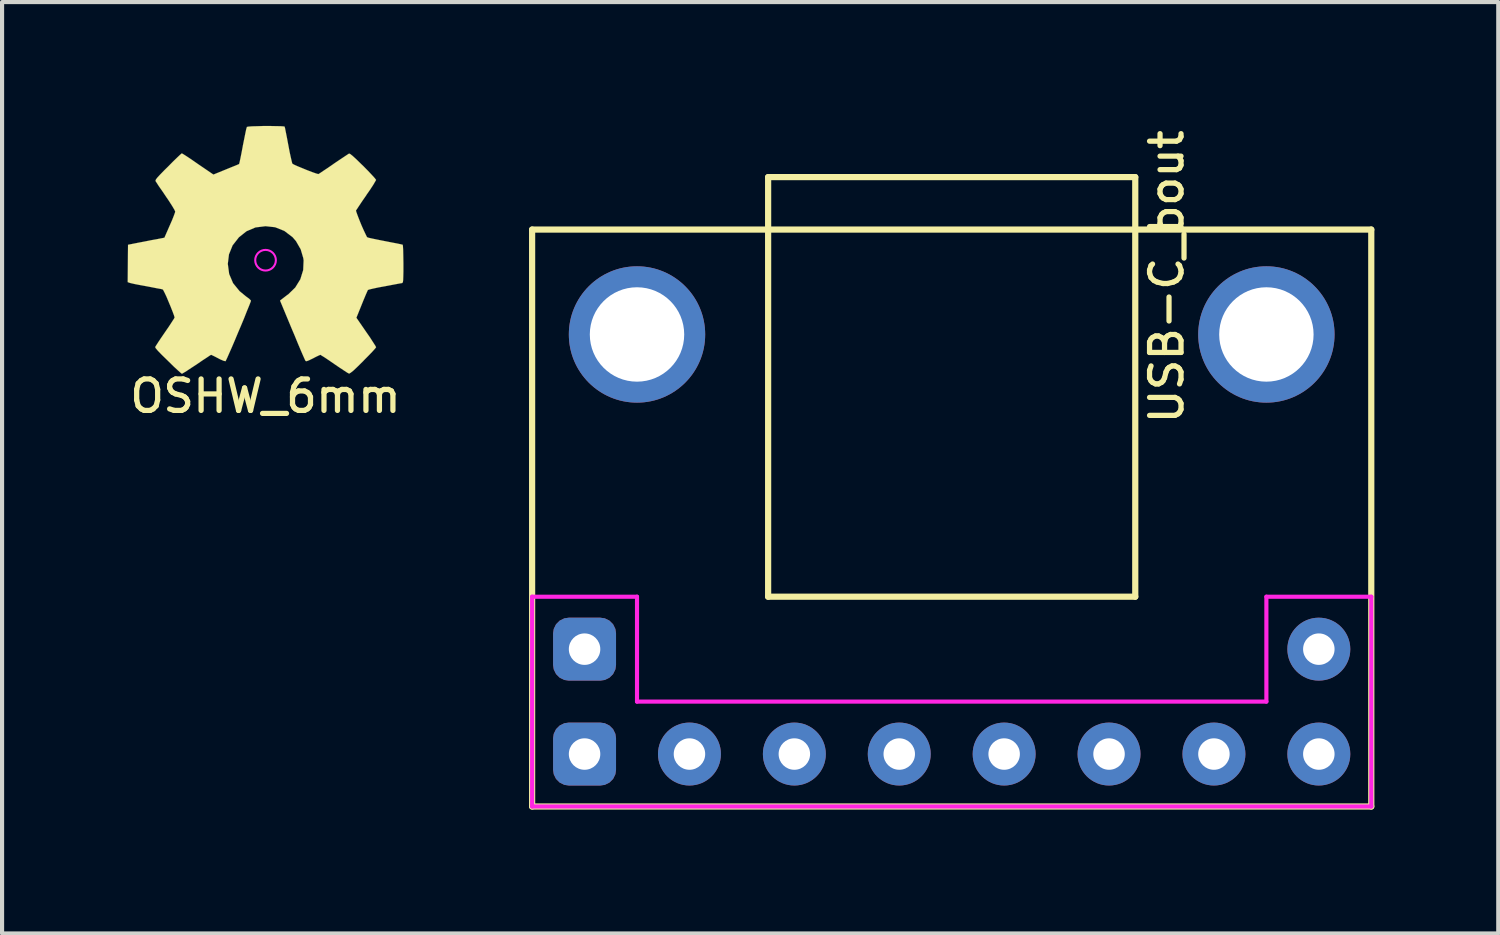
<source format=kicad_pcb>
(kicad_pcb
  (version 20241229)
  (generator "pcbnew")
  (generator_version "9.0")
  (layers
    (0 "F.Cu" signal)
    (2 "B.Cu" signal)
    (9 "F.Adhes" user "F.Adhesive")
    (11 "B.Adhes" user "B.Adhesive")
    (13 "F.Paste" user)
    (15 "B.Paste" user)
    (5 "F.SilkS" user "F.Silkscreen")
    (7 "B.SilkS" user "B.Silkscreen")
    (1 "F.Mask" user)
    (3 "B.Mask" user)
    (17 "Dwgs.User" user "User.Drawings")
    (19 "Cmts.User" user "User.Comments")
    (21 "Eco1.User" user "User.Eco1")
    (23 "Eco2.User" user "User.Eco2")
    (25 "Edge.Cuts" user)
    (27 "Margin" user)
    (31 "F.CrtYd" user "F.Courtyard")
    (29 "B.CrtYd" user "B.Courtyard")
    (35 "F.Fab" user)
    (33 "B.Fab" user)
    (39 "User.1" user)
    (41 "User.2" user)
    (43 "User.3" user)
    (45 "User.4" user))
  (footprint "USB-C_bout"
    (layer "F.Cu")
    (at 19.995 5.049)
    (property "Reference" "USB-C_bout" (at 5.207 -1.397 90) (layer "F.SilkS") (effects (font (size 0.762 0.762) (thickness 0.127))))
    (attr through_hole)
    (fp_line (start -10.16 -2.54) (end -10.16 11.43) (stroke (width 0.15) (type solid)) (layer "F.SilkS"))
    (fp_line (start -10.16 11.43) (end 10.16 11.43) (stroke (width 0.15) (type solid)) (layer "F.SilkS"))
    (fp_line (start -4.445 -3.81) (end -4.445 -2.54) (stroke (width 0.15) (type solid)) (layer "F.SilkS"))
    (fp_line (start -4.445 -3.81) (end 4.445 -3.81) (stroke (width 0.15) (type solid)) (layer "F.SilkS"))
    (fp_line (start -4.445 -2.54) (end -4.445 6.35) (stroke (width 0.15) (type solid)) (layer "F.SilkS"))
    (fp_line (start -4.445 6.35) (end 4.445 6.35) (stroke (width 0.15) (type solid)) (layer "F.SilkS"))
    (fp_line (start 4.445 -3.81) (end 4.445 -2.54) (stroke (width 0.15) (type solid)) (layer "F.SilkS"))
    (fp_line (start 4.445 6.35) (end 4.445 -2.54) (stroke (width 0.15) (type solid)) (layer "F.SilkS"))
    (fp_line (start 10.16 -2.54) (end -10.16 -2.54) (stroke (width 0.15) (type solid)) (layer "F.SilkS"))
    (fp_line (start 10.16 11.43) (end 10.16 -2.54) (stroke (width 0.15) (type solid)) (layer "F.SilkS"))
    (fp_line (start -10.16 6.35) (end -7.62 6.35) (stroke (width 0.1) (type solid)) (layer "F.CrtYd"))
    (fp_line (start -10.16 11.43) (end -10.16 6.35) (stroke (width 0.1) (type solid)) (layer "F.CrtYd"))
    (fp_line (start -7.62 6.35) (end -7.62 8.89) (stroke (width 0.1) (type solid)) (layer "F.CrtYd"))
    (fp_line (start -7.62 8.89) (end 7.62 8.89) (stroke (width 0.1) (type solid)) (layer "F.CrtYd"))
    (fp_line (start 7.62 6.35) (end 10.16 6.35) (stroke (width 0.1) (type solid)) (layer "F.CrtYd"))
    (fp_line (start 7.62 8.89) (end 7.62 6.35) (stroke (width 0.1) (type solid)) (layer "F.CrtYd"))
    (fp_line (start 10.16 6.35) (end 10.16 11.43) (stroke (width 0.1) (type solid)) (layer "F.CrtYd"))
    (fp_line (start 10.16 11.43) (end -10.16 11.43) (stroke (width 0.1) (type solid)) (layer "F.CrtYd"))
    (pad "1" thru_hole circle (at 8.89 7.62) (size 1.524 1.524) (drill 0.762) (layers "*.Cu" "*.Mask"))
    (pad "2" thru_hole circle (at 8.89 10.16) (size 1.524 1.524) (drill 0.762) (layers "*.Cu" "*.Mask"))
    (pad "3" thru_hole circle (at 6.35 10.16) (size 1.524 1.524) (drill 0.762) (layers "*.Cu" "*.Mask"))
    (pad "4" thru_hole circle (at 3.81 10.16) (size 1.524 1.524) (drill 0.762) (layers "*.Cu" "*.Mask"))
    (pad "5" thru_hole circle (at 1.27 10.16) (size 1.524 1.524) (drill 0.762) (layers "*.Cu" "*.Mask"))
    (pad "6" thru_hole circle (at -1.27 10.16) (size 1.524 1.524) (drill 0.762) (layers "*.Cu" "*.Mask"))
    (pad "7" thru_hole circle (at -3.81 10.16) (size 1.524 1.524) (drill 0.762) (layers "*.Cu" "*.Mask"))
    (pad "8" thru_hole circle (at -6.35 10.16) (size 1.524 1.524) (drill 0.762) (layers "*.Cu" "*.Mask"))
    (pad "9" thru_hole roundrect (at -8.89 10.16) (size 1.524 1.524) (drill 0.762) (layers "*.Cu" "*.Mask") (roundrect_rratio 0.25))
    (pad "10" thru_hole roundrect (at -8.89 7.62) (size 1.524 1.524) (drill 0.762) (layers "*.Cu" "*.Mask") (roundrect_rratio 0.25))
    (pad "11" thru_hole circle (at -7.62 0) (size 3.302 3.302) (drill 2.286) (layers "*.Cu" "*.Mask"))
    (pad "12" thru_hole circle (at 7.62 0) (size 3.302 3.302) (drill 2.286) (layers "*.Cu" "*.Mask")))
  (footprint "OSHW_6mm"
    (layer "F.Cu")
    (at 3.38 3.001)
    (property "Reference" "OSHW_6mm" (at 0 3.541 0) (layer "F.SilkS") (effects (font (size 0.762 0.762) (thickness 0.127))))
    (attr through_hole)
    (fp_poly (pts (xy -2.024 3) (xy -1.989 2.979) (xy -1.91 2.931) (xy -1.798 2.857) (xy -1.666 2.771) (xy -1.534 2.68) (xy -1.425 2.609) (xy -1.349 2.558) (xy -1.318 2.54) (xy -1.3 2.548) (xy -1.237 2.578) (xy -1.148 2.624) (xy -1.095 2.652) (xy -1.011 2.687) (xy -0.968 2.695) (xy -0.963 2.685) (xy -0.932 2.621) (xy -0.884 2.512) (xy -0.82 2.367) (xy -0.747 2.197) (xy -0.671 2.014) (xy -0.592 1.829) (xy -0.518 1.651) (xy -0.455 1.491) (xy -0.401 1.359) (xy -0.366 1.27) (xy -0.353 1.232) (xy -0.358 1.222) (xy -0.399 1.181) (xy -0.472 1.128) (xy -0.63 0.998) (xy -0.787 0.805) (xy -0.881 0.584) (xy -0.914 0.338) (xy -0.886 0.109) (xy -0.798 -0.109) (xy -0.645 -0.305) (xy -0.46 -0.452) (xy -0.244 -0.544) (xy 0 -0.574) (xy 0.231 -0.549) (xy 0.455 -0.46) (xy 0.653 -0.31) (xy 0.737 -0.213) (xy 0.851 -0.015) (xy 0.914 0.198) (xy 0.922 0.254) (xy 0.912 0.488) (xy 0.843 0.711) (xy 0.719 0.912) (xy 0.549 1.077) (xy 0.526 1.092) (xy 0.447 1.153) (xy 0.394 1.194) (xy 0.351 1.227) (xy 0.65 1.946) (xy 0.699 2.06) (xy 0.78 2.258) (xy 0.851 2.426) (xy 0.909 2.56) (xy 0.95 2.652) (xy 0.968 2.687) (xy 0.968 2.69) (xy 0.996 2.695) (xy 1.049 2.675) (xy 1.151 2.626) (xy 1.217 2.591) (xy 1.293 2.555) (xy 1.328 2.54) (xy 1.356 2.558) (xy 1.43 2.603) (xy 1.537 2.675) (xy 1.666 2.764) (xy 1.788 2.847) (xy 1.9 2.921) (xy 1.981 2.974) (xy 2.022 2.995) (xy 2.027 2.995) (xy 2.062 2.974) (xy 2.129 2.921) (xy 2.225 2.83) (xy 2.365 2.692) (xy 2.385 2.67) (xy 2.499 2.555) (xy 2.591 2.459) (xy 2.654 2.388) (xy 2.677 2.357) (xy 2.657 2.319) (xy 2.603 2.235) (xy 2.53 2.121) (xy 2.438 1.989) (xy 2.2 1.643) (xy 2.332 1.316) (xy 2.372 1.217) (xy 2.423 1.095) (xy 2.461 1.008) (xy 2.479 0.97) (xy 2.515 0.958) (xy 2.603 0.937) (xy 2.733 0.909) (xy 2.888 0.881) (xy 3.035 0.853) (xy 3.167 0.828) (xy 3.264 0.81) (xy 3.307 0.803) (xy 3.317 0.795) (xy 3.327 0.775) (xy 3.332 0.729) (xy 3.335 0.648) (xy 3.338 0.521) (xy 3.338 0.338) (xy 3.338 0.318) (xy 3.335 0.142) (xy 3.332 0.003) (xy 3.327 -0.089) (xy 3.322 -0.124) (xy 3.279 -0.135) (xy 3.185 -0.155) (xy 3.053 -0.18) (xy 2.896 -0.211) (xy 2.885 -0.213) (xy 2.728 -0.244) (xy 2.593 -0.272) (xy 2.502 -0.292) (xy 2.464 -0.305) (xy 2.454 -0.315) (xy 2.423 -0.378) (xy 2.377 -0.475) (xy 2.324 -0.594) (xy 2.273 -0.719) (xy 2.23 -0.831) (xy 2.2 -0.914) (xy 2.189 -0.953) (xy 2.215 -0.991) (xy 2.268 -1.072) (xy 2.344 -1.186) (xy 2.438 -1.321) (xy 2.443 -1.331) (xy 2.535 -1.463) (xy 2.609 -1.577) (xy 2.657 -1.659) (xy 2.677 -1.694) (xy 2.675 -1.697) (xy 2.647 -1.735) (xy 2.578 -1.811) (xy 2.482 -1.913) (xy 2.365 -2.032) (xy 2.327 -2.068) (xy 2.197 -2.195) (xy 2.106 -2.278) (xy 2.05 -2.322) (xy 2.024 -2.332) (xy 2.022 -2.332) (xy 1.981 -2.306) (xy 1.897 -2.25) (xy 1.783 -2.174) (xy 1.648 -2.083) (xy 1.638 -2.075) (xy 1.506 -1.984) (xy 1.394 -1.91) (xy 1.316 -1.857) (xy 1.28 -1.836) (xy 1.275 -1.836) (xy 1.219 -1.852) (xy 1.125 -1.885) (xy 1.008 -1.93) (xy 0.884 -1.981) (xy 0.772 -2.027) (xy 0.688 -2.065) (xy 0.65 -2.088) (xy 0.648 -2.09) (xy 0.635 -2.139) (xy 0.612 -2.238) (xy 0.582 -2.375) (xy 0.551 -2.54) (xy 0.546 -2.565) (xy 0.516 -2.725) (xy 0.49 -2.855) (xy 0.472 -2.946) (xy 0.462 -2.985) (xy 0.439 -2.99) (xy 0.363 -2.995) (xy 0.244 -2.997) (xy 0.102 -3) (xy -0.051 -3) (xy -0.198 -2.995) (xy -0.323 -2.992) (xy -0.414 -2.985) (xy -0.452 -2.977) (xy -0.452 -2.974) (xy -0.467 -2.926) (xy -0.488 -2.827) (xy -0.516 -2.687) (xy -0.549 -2.525) (xy -0.554 -2.494) (xy -0.584 -2.337) (xy -0.61 -2.207) (xy -0.63 -2.116) (xy -0.64 -2.08) (xy -0.653 -2.073) (xy -0.719 -2.045) (xy -0.826 -2.002) (xy -0.958 -1.948) (xy -1.262 -1.824) (xy -1.638 -2.08) (xy -1.671 -2.103) (xy -1.806 -2.197) (xy -1.918 -2.271) (xy -1.994 -2.319) (xy -2.027 -2.337) (xy -2.029 -2.337) (xy -2.068 -2.304) (xy -2.141 -2.235) (xy -2.243 -2.136) (xy -2.36 -2.017) (xy -2.449 -1.93) (xy -2.55 -1.826) (xy -2.616 -1.755) (xy -2.652 -1.709) (xy -2.664 -1.681) (xy -2.662 -1.664) (xy -2.637 -1.626) (xy -2.583 -1.542) (xy -2.504 -1.43) (xy -2.413 -1.295) (xy -2.339 -1.186) (xy -2.258 -1.059) (xy -2.205 -0.97) (xy -2.187 -0.927) (xy -2.192 -0.907) (xy -2.217 -0.836) (xy -2.261 -0.724) (xy -2.319 -0.592) (xy -2.449 -0.295) (xy -2.642 -0.257) (xy -2.761 -0.236) (xy -2.926 -0.203) (xy -3.084 -0.173) (xy -3.33 -0.124) (xy -3.338 0.78) (xy -3.299 0.795) (xy -3.264 0.805) (xy -3.172 0.826) (xy -3.043 0.851) (xy -2.888 0.879) (xy -2.758 0.904) (xy -2.626 0.93) (xy -2.53 0.947) (xy -2.489 0.958) (xy -2.479 0.97) (xy -2.446 1.034) (xy -2.398 1.135) (xy -2.347 1.257) (xy -2.294 1.384) (xy -2.248 1.501) (xy -2.215 1.59) (xy -2.202 1.638) (xy -2.22 1.671) (xy -2.271 1.75) (xy -2.342 1.859) (xy -2.433 1.991) (xy -2.522 2.121) (xy -2.598 2.235) (xy -2.649 2.314) (xy -2.672 2.352) (xy -2.662 2.377) (xy -2.609 2.441) (xy -2.51 2.543) (xy -2.362 2.687) (xy -2.339 2.71) (xy -2.223 2.824) (xy -2.123 2.916) (xy -2.055 2.977) (xy -2.024 3)) (stroke (width 0.003) (type solid)) (fill yes) (layer "F.SilkS"))
    (fp_circle (center 0 0.25) (end -0.25 0.25) (stroke (width 0.05) (type solid)) (fill no) (layer "F.CrtYd")))
  (gr_rect
    (start -3 -3)
    (end 33.23 19.554)
    (stroke (width 0.1) (type default))
    (fill no)
    (layer "Edge.Cuts")))
</source>
